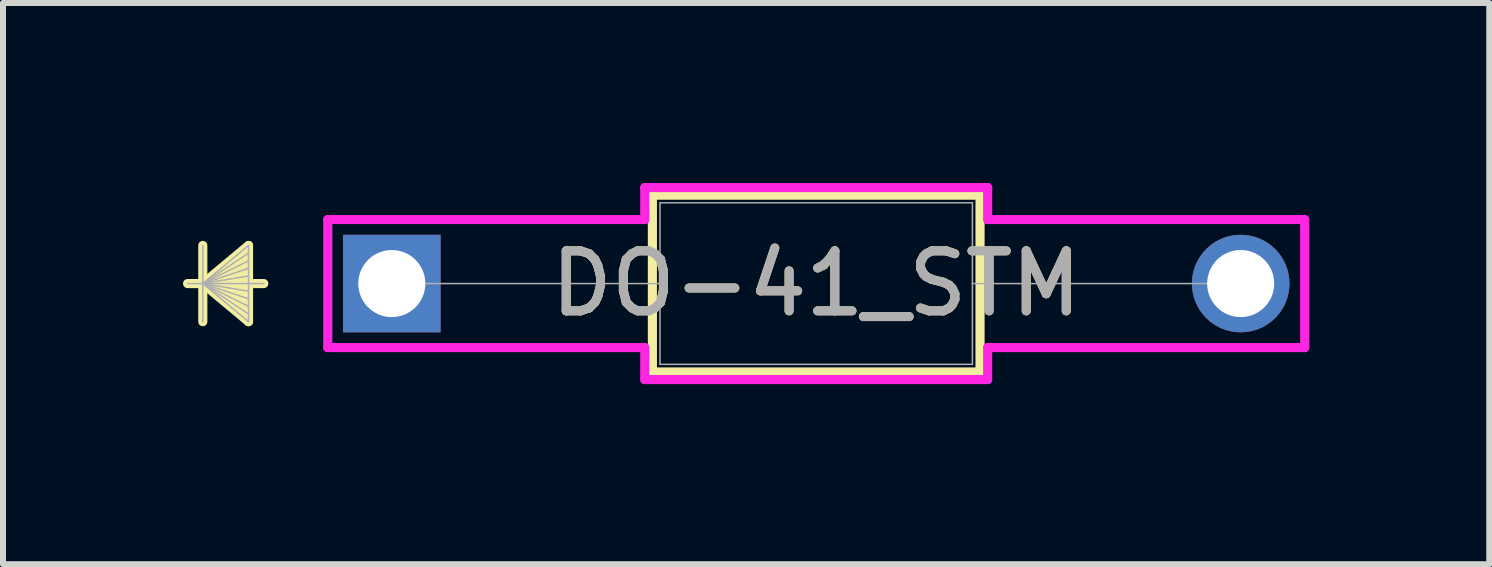
<source format=kicad_pcb>
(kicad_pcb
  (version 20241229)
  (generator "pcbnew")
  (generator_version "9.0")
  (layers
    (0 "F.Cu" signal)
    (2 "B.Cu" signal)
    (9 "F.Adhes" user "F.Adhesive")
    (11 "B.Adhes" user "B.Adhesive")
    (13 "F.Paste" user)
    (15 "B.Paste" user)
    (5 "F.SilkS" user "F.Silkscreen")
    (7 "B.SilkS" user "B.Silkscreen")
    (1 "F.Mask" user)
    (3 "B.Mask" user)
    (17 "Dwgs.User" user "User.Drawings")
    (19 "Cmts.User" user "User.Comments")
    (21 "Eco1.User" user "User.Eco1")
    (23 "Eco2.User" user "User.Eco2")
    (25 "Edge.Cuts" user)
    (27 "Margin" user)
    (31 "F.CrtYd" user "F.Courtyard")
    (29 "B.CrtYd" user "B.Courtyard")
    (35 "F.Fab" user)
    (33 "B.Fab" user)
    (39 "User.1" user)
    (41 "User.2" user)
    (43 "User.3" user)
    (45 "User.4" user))
  (footprint "DO-41_STM"
    (layer "F.Cu")
    (at 3.48 1.676)
    (property "Reference" "DO-41_STM" (at 7.074 0 0) (unlocked yes) (layer "F.SilkS") (effects (font (size 1 1) (thickness 0.15))))
    (attr through_hole)
    (fp_line (start -3.15 -0.635) (end -3.15 0.635) (stroke (width 0.152) (type solid)) (layer "F.SilkS"))
    (fp_line (start -3.15 0) (end -2.388 -0.635) (stroke (width 0.152) (type solid)) (layer "F.SilkS"))
    (fp_line (start -3.15 0) (end -2.388 -0.508) (stroke (width 0.152) (type solid)) (layer "F.SilkS"))
    (fp_line (start -3.15 0) (end -2.388 -0.381) (stroke (width 0.152) (type solid)) (layer "F.SilkS"))
    (fp_line (start -3.15 0) (end -2.388 -0.254) (stroke (width 0.152) (type solid)) (layer "F.SilkS"))
    (fp_line (start -3.15 0) (end -2.388 -0.127) (stroke (width 0.152) (type solid)) (layer "F.SilkS"))
    (fp_line (start -3.15 0) (end -2.388 0.127) (stroke (width 0.152) (type solid)) (layer "F.SilkS"))
    (fp_line (start -3.15 0) (end -2.388 0.254) (stroke (width 0.152) (type solid)) (layer "F.SilkS"))
    (fp_line (start -3.15 0) (end -2.388 0.381) (stroke (width 0.152) (type solid)) (layer "F.SilkS"))
    (fp_line (start -3.15 0) (end -2.388 0.508) (stroke (width 0.152) (type solid)) (layer "F.SilkS"))
    (fp_line (start -3.15 0) (end -2.388 0.635) (stroke (width 0.152) (type solid)) (layer "F.SilkS"))
    (fp_line (start -2.388 -0.635) (end -2.388 0.635) (stroke (width 0.152) (type solid)) (layer "F.SilkS"))
    (fp_line (start -2.134 0) (end -3.404 0) (stroke (width 0.152) (type solid)) (layer "F.SilkS"))
    (fp_line (start 4.343 -1.473) (end 4.343 1.473) (stroke (width 0.152) (type solid)) (layer "F.SilkS"))
    (fp_line (start 4.343 1.473) (end 9.804 1.473) (stroke (width 0.152) (type solid)) (layer "F.SilkS"))
    (fp_line (start 9.804 -1.473) (end 4.343 -1.473) (stroke (width 0.152) (type solid)) (layer "F.SilkS"))
    (fp_line (start 9.804 1.473) (end 9.804 -1.473) (stroke (width 0.152) (type solid)) (layer "F.SilkS"))
    (fp_line (start -1.067 -1.067) (end 4.216 -1.067) (stroke (width 0.152) (type solid)) (layer "F.CrtYd"))
    (fp_line (start -1.067 1.067) (end -1.067 -1.067) (stroke (width 0.152) (type solid)) (layer "F.CrtYd"))
    (fp_line (start -1.067 1.067) (end 4.216 1.067) (stroke (width 0.152) (type solid)) (layer "F.CrtYd"))
    (fp_line (start 4.216 -1.6) (end 9.931 -1.6) (stroke (width 0.152) (type solid)) (layer "F.CrtYd"))
    (fp_line (start 4.216 -1.067) (end 4.216 -1.6) (stroke (width 0.152) (type solid)) (layer "F.CrtYd"))
    (fp_line (start 4.216 1.067) (end 4.216 1.6) (stroke (width 0.152) (type solid)) (layer "F.CrtYd"))
    (fp_line (start 4.216 1.6) (end 9.931 1.6) (stroke (width 0.152) (type solid)) (layer "F.CrtYd"))
    (fp_line (start 9.931 -1.6) (end 9.931 -1.067) (stroke (width 0.152) (type solid)) (layer "F.CrtYd"))
    (fp_line (start 9.931 -1.067) (end 15.215 -1.067) (stroke (width 0.152) (type solid)) (layer "F.CrtYd"))
    (fp_line (start 9.931 1.067) (end 15.215 1.067) (stroke (width 0.152) (type solid)) (layer "F.CrtYd"))
    (fp_line (start 9.931 1.6) (end 9.931 1.067) (stroke (width 0.152) (type solid)) (layer "F.CrtYd"))
    (fp_line (start 15.215 -1.067) (end 15.215 1.067) (stroke (width 0.152) (type solid)) (layer "F.CrtYd"))
    (fp_line (start -3.15 -0.635) (end -3.15 0.635) (stroke (width 0.025) (type solid)) (layer "F.Fab"))
    (fp_line (start -3.15 0) (end -2.388 -0.635) (stroke (width 0.025) (type solid)) (layer "F.Fab"))
    (fp_line (start -3.15 0) (end -2.388 -0.508) (stroke (width 0.025) (type solid)) (layer "F.Fab"))
    (fp_line (start -3.15 0) (end -2.388 -0.381) (stroke (width 0.025) (type solid)) (layer "F.Fab"))
    (fp_line (start -3.15 0) (end -2.388 -0.254) (stroke (width 0.025) (type solid)) (layer "F.Fab"))
    (fp_line (start -3.15 0) (end -2.388 -0.127) (stroke (width 0.025) (type solid)) (layer "F.Fab"))
    (fp_line (start -3.15 0) (end -2.388 0.127) (stroke (width 0.025) (type solid)) (layer "F.Fab"))
    (fp_line (start -3.15 0) (end -2.388 0.254) (stroke (width 0.025) (type solid)) (layer "F.Fab"))
    (fp_line (start -3.15 0) (end -2.388 0.381) (stroke (width 0.025) (type solid)) (layer "F.Fab"))
    (fp_line (start -3.15 0) (end -2.388 0.508) (stroke (width 0.025) (type solid)) (layer "F.Fab"))
    (fp_line (start -3.15 0) (end -2.388 0.635) (stroke (width 0.025) (type solid)) (layer "F.Fab"))
    (fp_line (start -2.388 -0.635) (end -2.388 0.635) (stroke (width 0.025) (type solid)) (layer "F.Fab"))
    (fp_line (start -2.134 0) (end -3.404 0) (stroke (width 0.025) (type solid)) (layer "F.Fab"))
    (fp_line (start 0 0) (end 4.47 0) (stroke (width 0.025) (type solid)) (layer "F.Fab"))
    (fp_line (start 4.47 -1.346) (end 4.47 1.346) (stroke (width 0.025) (type solid)) (layer "F.Fab"))
    (fp_line (start 4.47 1.346) (end 9.677 1.346) (stroke (width 0.025) (type solid)) (layer "F.Fab"))
    (fp_line (start 9.677 -1.346) (end 4.47 -1.346) (stroke (width 0.025) (type solid)) (layer "F.Fab"))
    (fp_line (start 9.677 1.346) (end 9.677 -1.346) (stroke (width 0.025) (type solid)) (layer "F.Fab"))
    (fp_line (start 14.148 0) (end 9.677 0) (stroke (width 0.025) (type solid)) (layer "F.Fab"))
    (fp_text user "${REFERENCE}" (at 7.074 0 0) (unlocked yes) (layer "F.Fab") (effects (font (size 1 1) (thickness 0.15))))
    (pad "1" thru_hole rect (at 0 0) (size 1.626 1.626) (drill 1.118) (layers "*.Cu" "*.Mask"))
    (pad "2" thru_hole circle (at 14.148 0) (size 1.626 1.626) (drill 1.118) (layers "*.Cu" "*.Mask")))
  (gr_rect
    (start -3 -3)
    (end 21.771 6.353)
    (stroke (width 0.1) (type default))
    (fill no)
    (layer "Edge.Cuts")))
</source>
